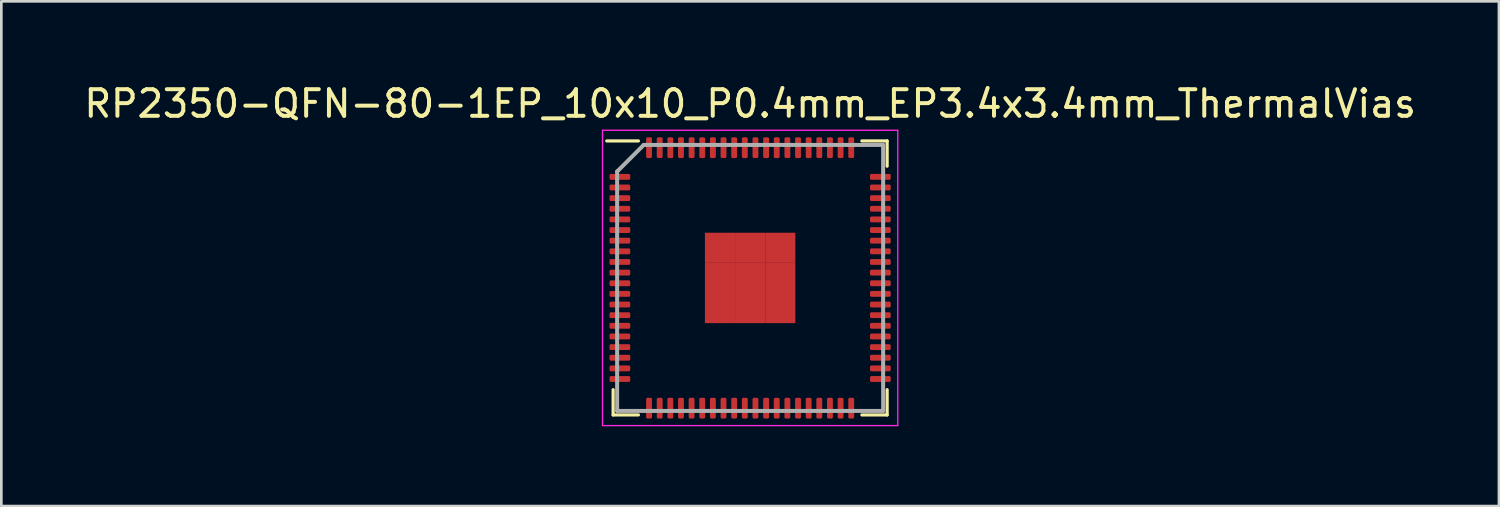
<source format=kicad_pcb>
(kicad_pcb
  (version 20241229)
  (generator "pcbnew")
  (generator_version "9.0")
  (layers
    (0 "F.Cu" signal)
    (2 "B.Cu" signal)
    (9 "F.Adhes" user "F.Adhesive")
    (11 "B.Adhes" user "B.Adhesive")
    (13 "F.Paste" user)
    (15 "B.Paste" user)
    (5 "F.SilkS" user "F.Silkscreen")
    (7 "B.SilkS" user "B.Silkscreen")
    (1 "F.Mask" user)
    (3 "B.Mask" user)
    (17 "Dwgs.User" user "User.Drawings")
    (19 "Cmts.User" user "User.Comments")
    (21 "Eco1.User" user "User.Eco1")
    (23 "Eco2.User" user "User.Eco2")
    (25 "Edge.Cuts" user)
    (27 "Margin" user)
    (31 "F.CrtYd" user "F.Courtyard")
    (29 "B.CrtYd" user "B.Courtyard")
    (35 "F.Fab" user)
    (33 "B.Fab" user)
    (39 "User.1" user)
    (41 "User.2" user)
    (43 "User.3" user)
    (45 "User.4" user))
  (footprint "RP2350-QFN-80-1EP_10x10_P0.4mm_EP3.4x3.4mm_ThermalVias"
    (layer "F.Cu")
    (at 25.149 7.398)
    (property "Reference" "RP2350-QFN-80-1EP_10x10_P0.4mm_EP3.4x3.4mm_ThermalVias" (at 0 -6.55 0) (layer "F.SilkS") (effects (font (size 1 1) (thickness 0.15))))
    (attr smd)
    (fp_line (start -5.15 5.15) (end -5.15 4.2) (stroke (width 0.12) (type default)) (layer "F.SilkS"))
    (fp_line (start -4.2 -5.15) (end -5.39 -5.15) (stroke (width 0.12) (type default)) (layer "F.SilkS"))
    (fp_line (start -4.2 5.15) (end -5.15 5.15) (stroke (width 0.12) (type default)) (layer "F.SilkS"))
    (fp_line (start 4.2 -5.15) (end 5.15 -5.15) (stroke (width 0.12) (type default)) (layer "F.SilkS"))
    (fp_line (start 4.2 5.15) (end 5.15 5.15) (stroke (width 0.12) (type default)) (layer "F.SilkS"))
    (fp_line (start 5.15 -5.15) (end 5.15 -4.2) (stroke (width 0.12) (type default)) (layer "F.SilkS"))
    (fp_line (start 5.15 5.15) (end 5.15 4.2) (stroke (width 0.12) (type default)) (layer "F.SilkS"))
    (fp_line (start -5.55 -5.55) (end 5.55 -5.55) (stroke (width 0.05) (type default)) (layer "F.CrtYd"))
    (fp_line (start -5.55 5.55) (end -5.55 -5.55) (stroke (width 0.05) (type default)) (layer "F.CrtYd"))
    (fp_line (start 5.55 -5.55) (end 5.55 5.55) (stroke (width 0.05) (type default)) (layer "F.CrtYd"))
    (fp_line (start 5.55 5.55) (end -5.55 5.55) (stroke (width 0.05) (type default)) (layer "F.CrtYd"))
    (fp_line (start -5 -4) (end -5 5) (stroke (width 0.15) (type default)) (layer "F.Fab"))
    (fp_line (start -5 5) (end 5 5) (stroke (width 0.15) (type default)) (layer "F.Fab"))
    (fp_line (start -4 -5) (end -5 -4) (stroke (width 0.15) (type default)) (layer "F.Fab"))
    (fp_line (start 5 -5) (end -4 -5) (stroke (width 0.15) (type default)) (layer "F.Fab"))
    (fp_line (start 5 5) (end 5 -5) (stroke (width 0.15) (type default)) (layer "F.Fab"))
    (pad "" smd roundrect (at -0.7 -0.7) (size 1.2 1.2) (layers "F.Paste") (roundrect_rratio 0.208))
    (pad "" smd roundrect (at -0.7 0.7) (size 1.2 1.2) (layers "F.Paste") (roundrect_rratio 0.208))
    (pad "" smd roundrect (at 0.7 -0.7) (size 1.2 1.2) (layers "F.Paste") (roundrect_rratio 0.208))
    (pad "" smd roundrect (at 0.7 0.7) (size 1.2 1.2) (layers "F.Paste") (roundrect_rratio 0.208))
    (pad "1" smd roundrect (at -4.896 -3.8 90) (size 0.22 0.78) (layers "F.Cu" "F.Mask" "F.Paste") (roundrect_rratio 0.25))
    (pad "2" smd roundrect (at -4.896 -3.4 90) (size 0.22 0.78) (layers "F.Cu" "F.Mask" "F.Paste") (roundrect_rratio 0.25))
    (pad "3" smd roundrect (at -4.896 -3 90) (size 0.22 0.78) (layers "F.Cu" "F.Mask" "F.Paste") (roundrect_rratio 0.25))
    (pad "4" smd roundrect (at -4.896 -2.6 90) (size 0.22 0.78) (layers "F.Cu" "F.Mask" "F.Paste") (roundrect_rratio 0.25))
    (pad "5" smd roundrect (at -4.896 -2.2 90) (size 0.22 0.78) (layers "F.Cu" "F.Mask" "F.Paste") (roundrect_rratio 0.25))
    (pad "6" smd roundrect (at -4.896 -1.8 90) (size 0.22 0.78) (layers "F.Cu" "F.Mask" "F.Paste") (roundrect_rratio 0.25))
    (pad "7" smd roundrect (at -4.896 -1.4 90) (size 0.22 0.78) (layers "F.Cu" "F.Mask" "F.Paste") (roundrect_rratio 0.25))
    (pad "8" smd roundrect (at -4.896 -1 90) (size 0.22 0.78) (layers "F.Cu" "F.Mask" "F.Paste") (roundrect_rratio 0.25))
    (pad "9" smd roundrect (at -4.896 -0.6 90) (size 0.22 0.78) (layers "F.Cu" "F.Mask" "F.Paste") (roundrect_rratio 0.25))
    (pad "10" smd roundrect (at -4.896 -0.2 90) (size 0.22 0.78) (layers "F.Cu" "F.Mask" "F.Paste") (roundrect_rratio 0.25))
    (pad "11" smd roundrect (at -4.896 0.2 90) (size 0.22 0.78) (layers "F.Cu" "F.Mask" "F.Paste") (roundrect_rratio 0.25))
    (pad "12" smd roundrect (at -4.896 0.6 90) (size 0.22 0.78) (layers "F.Cu" "F.Mask" "F.Paste") (roundrect_rratio 0.25))
    (pad "13" smd roundrect (at -4.896 1 90) (size 0.22 0.78) (layers "F.Cu" "F.Mask" "F.Paste") (roundrect_rratio 0.25))
    (pad "14" smd roundrect (at -4.896 1.4 90) (size 0.22 0.78) (layers "F.Cu" "F.Mask" "F.Paste") (roundrect_rratio 0.25))
    (pad "15" smd roundrect (at -4.896 1.8 90) (size 0.22 0.78) (layers "F.Cu" "F.Mask" "F.Paste") (roundrect_rratio 0.25))
    (pad "16" smd roundrect (at -4.896 2.2 90) (size 0.22 0.78) (layers "F.Cu" "F.Mask" "F.Paste") (roundrect_rratio 0.25))
    (pad "17" smd roundrect (at -4.896 2.6 90) (size 0.22 0.78) (layers "F.Cu" "F.Mask" "F.Paste") (roundrect_rratio 0.25))
    (pad "18" smd roundrect (at -4.896 3 90) (size 0.22 0.78) (layers "F.Cu" "F.Mask" "F.Paste") (roundrect_rratio 0.25))
    (pad "19" smd roundrect (at -4.896 3.4 90) (size 0.22 0.78) (layers "F.Cu" "F.Mask" "F.Paste") (roundrect_rratio 0.25))
    (pad "20" smd roundrect (at -4.896 3.8 90) (size 0.22 0.78) (layers "F.Cu" "F.Mask" "F.Paste") (roundrect_rratio 0.25))
    (pad "21" smd roundrect (at -3.8 4.896) (size 0.22 0.78) (layers "F.Cu" "F.Mask" "F.Paste") (roundrect_rratio 0.25))
    (pad "22" smd roundrect (at -3.4 4.896) (size 0.22 0.78) (layers "F.Cu" "F.Mask" "F.Paste") (roundrect_rratio 0.25))
    (pad "23" smd roundrect (at -3 4.896) (size 0.22 0.78) (layers "F.Cu" "F.Mask" "F.Paste") (roundrect_rratio 0.25))
    (pad "24" smd roundrect (at -2.6 4.896) (size 0.22 0.78) (layers "F.Cu" "F.Mask" "F.Paste") (roundrect_rratio 0.25))
    (pad "25" smd roundrect (at -2.2 4.896) (size 0.22 0.78) (layers "F.Cu" "F.Mask" "F.Paste") (roundrect_rratio 0.25))
    (pad "26" smd roundrect (at -1.8 4.896) (size 0.22 0.78) (layers "F.Cu" "F.Mask" "F.Paste") (roundrect_rratio 0.25))
    (pad "27" smd roundrect (at -1.4 4.896) (size 0.22 0.78) (layers "F.Cu" "F.Mask" "F.Paste") (roundrect_rratio 0.25))
    (pad "28" smd roundrect (at -1 4.896) (size 0.22 0.78) (layers "F.Cu" "F.Mask" "F.Paste") (roundrect_rratio 0.25))
    (pad "29" smd roundrect (at -0.6 4.896) (size 0.22 0.78) (layers "F.Cu" "F.Mask" "F.Paste") (roundrect_rratio 0.25))
    (pad "30" smd roundrect (at -0.2 4.896) (size 0.22 0.78) (layers "F.Cu" "F.Mask" "F.Paste") (roundrect_rratio 0.25))
    (pad "31" smd roundrect (at 0.2 4.896) (size 0.22 0.78) (layers "F.Cu" "F.Mask" "F.Paste") (roundrect_rratio 0.25))
    (pad "32" smd roundrect (at 0.6 4.896) (size 0.22 0.78) (layers "F.Cu" "F.Mask" "F.Paste") (roundrect_rratio 0.25))
    (pad "33" smd roundrect (at 1 4.896) (size 0.22 0.78) (layers "F.Cu" "F.Mask" "F.Paste") (roundrect_rratio 0.25))
    (pad "34" smd roundrect (at 1.4 4.896) (size 0.22 0.78) (layers "F.Cu" "F.Mask" "F.Paste") (roundrect_rratio 0.25))
    (pad "35" smd roundrect (at 1.8 4.896) (size 0.22 0.78) (layers "F.Cu" "F.Mask" "F.Paste") (roundrect_rratio 0.25))
    (pad "36" smd roundrect (at 2.2 4.896) (size 0.22 0.78) (layers "F.Cu" "F.Mask" "F.Paste") (roundrect_rratio 0.25))
    (pad "37" smd roundrect (at 2.6 4.896) (size 0.22 0.78) (layers "F.Cu" "F.Mask" "F.Paste") (roundrect_rratio 0.25))
    (pad "38" smd roundrect (at 3 4.896) (size 0.22 0.78) (layers "F.Cu" "F.Mask" "F.Paste") (roundrect_rratio 0.25))
    (pad "39" smd roundrect (at 3.4 4.896) (size 0.22 0.78) (layers "F.Cu" "F.Mask" "F.Paste") (roundrect_rratio 0.25))
    (pad "40" smd roundrect (at 3.8 4.896) (size 0.22 0.78) (layers "F.Cu" "F.Mask" "F.Paste") (roundrect_rratio 0.25))
    (pad "41" smd roundrect (at 4.896 3.8 90) (size 0.22 0.78) (layers "F.Cu" "F.Mask" "F.Paste") (roundrect_rratio 0.25))
    (pad "42" smd roundrect (at 4.896 3.4 90) (size 0.22 0.78) (layers "F.Cu" "F.Mask" "F.Paste") (roundrect_rratio 0.25))
    (pad "43" smd roundrect (at 4.896 3 90) (size 0.22 0.78) (layers "F.Cu" "F.Mask" "F.Paste") (roundrect_rratio 0.25))
    (pad "44" smd roundrect (at 4.896 2.6 90) (size 0.22 0.78) (layers "F.Cu" "F.Mask" "F.Paste") (roundrect_rratio 0.25))
    (pad "45" smd roundrect (at 4.896 2.2 90) (size 0.22 0.78) (layers "F.Cu" "F.Mask" "F.Paste") (roundrect_rratio 0.25))
    (pad "46" smd roundrect (at 4.896 1.8 90) (size 0.22 0.78) (layers "F.Cu" "F.Mask" "F.Paste") (roundrect_rratio 0.25))
    (pad "47" smd roundrect (at 4.896 1.4 90) (size 0.22 0.78) (layers "F.Cu" "F.Mask" "F.Paste") (roundrect_rratio 0.25))
    (pad "48" smd roundrect (at 4.896 1 90) (size 0.22 0.78) (layers "F.Cu" "F.Mask" "F.Paste") (roundrect_rratio 0.25))
    (pad "49" smd roundrect (at 4.896 0.6 90) (size 0.22 0.78) (layers "F.Cu" "F.Mask" "F.Paste") (roundrect_rratio 0.25))
    (pad "50" smd roundrect (at 4.896 0.2 90) (size 0.22 0.78) (layers "F.Cu" "F.Mask" "F.Paste") (roundrect_rratio 0.25))
    (pad "51" smd roundrect (at 4.896 -0.2 90) (size 0.22 0.78) (layers "F.Cu" "F.Mask" "F.Paste") (roundrect_rratio 0.25))
    (pad "52" smd roundrect (at 4.896 -0.6 90) (size 0.22 0.78) (layers "F.Cu" "F.Mask" "F.Paste") (roundrect_rratio 0.25))
    (pad "53" smd roundrect (at 4.896 -1 90) (size 0.22 0.78) (layers "F.Cu" "F.Mask" "F.Paste") (roundrect_rratio 0.25))
    (pad "54" smd roundrect (at 4.896 -1.4 90) (size 0.22 0.78) (layers "F.Cu" "F.Mask" "F.Paste") (roundrect_rratio 0.25))
    (pad "55" smd roundrect (at 4.896 -1.8 90) (size 0.22 0.78) (layers "F.Cu" "F.Mask" "F.Paste") (roundrect_rratio 0.25))
    (pad "56" smd roundrect (at 4.896 -2.2 90) (size 0.22 0.78) (layers "F.Cu" "F.Mask" "F.Paste") (roundrect_rratio 0.25))
    (pad "57" smd roundrect (at 4.896 -2.6 90) (size 0.22 0.78) (layers "F.Cu" "F.Mask" "F.Paste") (roundrect_rratio 0.25))
    (pad "58" smd roundrect (at 4.896 -3 90) (size 0.22 0.78) (layers "F.Cu" "F.Mask" "F.Paste") (roundrect_rratio 0.25))
    (pad "59" smd roundrect (at 4.896 -3.4 90) (size 0.22 0.78) (layers "F.Cu" "F.Mask" "F.Paste") (roundrect_rratio 0.25))
    (pad "60" smd roundrect (at 4.896 -3.8 90) (size 0.22 0.78) (layers "F.Cu" "F.Mask" "F.Paste") (roundrect_rratio 0.25))
    (pad "61" smd roundrect (at 3.8 -4.896) (size 0.22 0.78) (layers "F.Cu" "F.Mask" "F.Paste") (roundrect_rratio 0.25))
    (pad "62" smd roundrect (at 3.4 -4.896) (size 0.22 0.78) (layers "F.Cu" "F.Mask" "F.Paste") (roundrect_rratio 0.25))
    (pad "63" smd roundrect (at 3 -4.896) (size 0.22 0.78) (layers "F.Cu" "F.Mask" "F.Paste") (roundrect_rratio 0.25))
    (pad "64" smd roundrect (at 2.6 -4.896) (size 0.22 0.78) (layers "F.Cu" "F.Mask" "F.Paste") (roundrect_rratio 0.25))
    (pad "65" smd roundrect (at 2.2 -4.896) (size 0.22 0.78) (layers "F.Cu" "F.Mask" "F.Paste") (roundrect_rratio 0.25))
    (pad "66" smd roundrect (at 1.8 -4.896) (size 0.22 0.78) (layers "F.Cu" "F.Mask" "F.Paste") (roundrect_rratio 0.25))
    (pad "67" smd roundrect (at 1.4 -4.896) (size 0.22 0.78) (layers "F.Cu" "F.Mask" "F.Paste") (roundrect_rratio 0.25))
    (pad "68" smd roundrect (at 1 -4.896) (size 0.22 0.78) (layers "F.Cu" "F.Mask" "F.Paste") (roundrect_rratio 0.25))
    (pad "69" smd roundrect (at 0.6 -4.896) (size 0.22 0.78) (layers "F.Cu" "F.Mask" "F.Paste") (roundrect_rratio 0.25))
    (pad "70" smd roundrect (at 0.2 -4.896) (size 0.22 0.78) (layers "F.Cu" "F.Mask" "F.Paste") (roundrect_rratio 0.25))
    (pad "71" smd roundrect (at -0.2 -4.896) (size 0.22 0.78) (layers "F.Cu" "F.Mask" "F.Paste") (roundrect_rratio 0.25))
    (pad "72" smd roundrect (at -0.6 -4.896) (size 0.22 0.78) (layers "F.Cu" "F.Mask" "F.Paste") (roundrect_rratio 0.25))
    (pad "73" smd roundrect (at -1 -4.896) (size 0.22 0.78) (layers "F.Cu" "F.Mask" "F.Paste") (roundrect_rratio 0.25))
    (pad "74" smd roundrect (at -1.4 -4.896) (size 0.22 0.78) (layers "F.Cu" "F.Mask" "F.Paste") (roundrect_rratio 0.25))
    (pad "75" smd roundrect (at -1.8 -4.896) (size 0.22 0.78) (layers "F.Cu" "F.Mask" "F.Paste") (roundrect_rratio 0.25))
    (pad "76" smd roundrect (at -2.2 -4.896) (size 0.22 0.78) (layers "F.Cu" "F.Mask" "F.Paste") (roundrect_rratio 0.25))
    (pad "77" smd roundrect (at -2.6 -4.896) (size 0.22 0.78) (layers "F.Cu" "F.Mask" "F.Paste") (roundrect_rratio 0.25))
    (pad "78" smd roundrect (at -3 -4.896) (size 0.22 0.78) (layers "F.Cu" "F.Mask" "F.Paste") (roundrect_rratio 0.25))
    (pad "79" smd roundrect (at -3.4 -4.896) (size 0.22 0.78) (layers "F.Cu" "F.Mask" "F.Paste") (roundrect_rratio 0.25))
    (pad "80" smd roundrect (at -3.8 -4.896) (size 0.22 0.78) (layers "F.Cu" "F.Mask" "F.Paste") (roundrect_rratio 0.25))
    (pad "81" smd rect (at -1.133 -1.133) (size 1.133 1.133) (layers "F.Cu" "F.Mask" "F.Paste"))
    (pad "81" smd rect (at -1.133 0) (size 1.133 1.133) (layers "F.Cu" "F.Mask" "F.Paste"))
    (pad "81" smd rect (at -1.133 1.133) (size 1.133 1.133) (layers "F.Cu" "F.Mask" "F.Paste"))
    (pad "81" smd rect (at 0 -1.133) (size 1.133 1.133) (layers "F.Cu" "F.Mask" "F.Paste"))
    (pad "81" smd rect (at 0 0) (size 1.133 1.133) (layers "F.Cu" "F.Mask" "F.Paste"))
    (pad "81" smd rect (at 0 1.133) (size 1.133 1.133) (layers "F.Cu" "F.Mask" "F.Paste"))
    (pad "81" smd rect (at 1.133 -1.133) (size 1.133 1.133) (layers "F.Cu" "F.Mask" "F.Paste"))
    (pad "81" smd rect (at 1.133 0) (size 1.133 1.133) (layers "F.Cu" "F.Mask" "F.Paste"))
    (pad "81" smd rect (at 1.133 1.133) (size 1.133 1.133) (layers "F.Cu" "F.Mask" "F.Paste")))
  (gr_rect
    (start -3 -3)
    (end 53.298 15.973)
    (stroke (width 0.1) (type default))
    (fill no)
    (layer "Edge.Cuts")))
</source>
